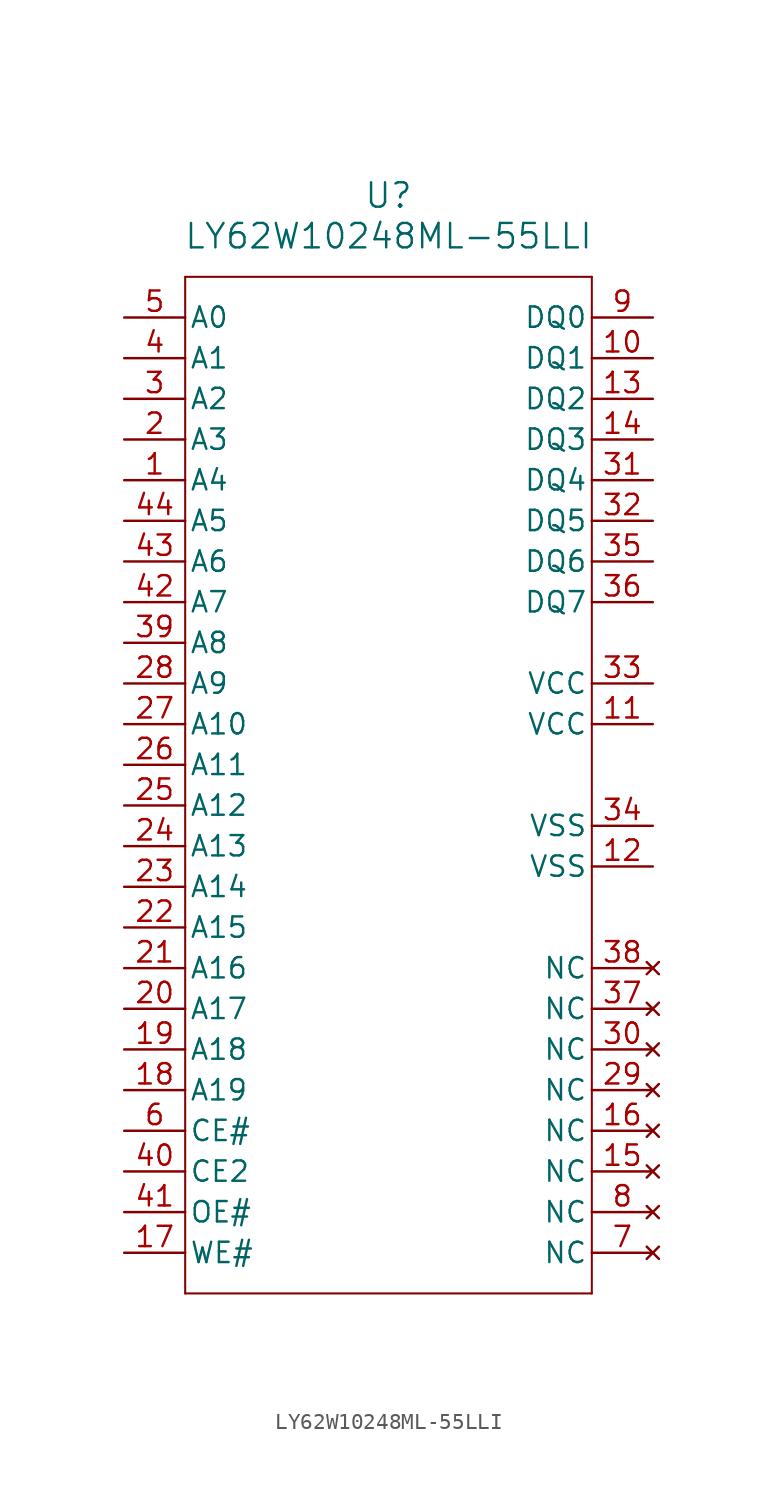
<source format=kicad_sym>
(kicad_symbol_lib
  (version 20220914)
  (generator kicad_symbol_editor)
  (symbol "LY62W10248ML-55LLI"
    (pin_names
      (offset 0.254))
    (property "Reference" "U"
      (at 20.32 12.7 0)
      (effects (font (size 1.524 1.524))))
    (property "Value" "LY62W10248ML-55LLI"
      (at 20.32 10.16 0)
      (effects (font (size 1.524 1.524))))
    (property "ki_locked" ""
      (at 0 0 0)
      (effects (font (size 1.27 1.27))))
    (symbol "LY62W10248ML-55LLI_1_1"
      (polyline (pts (xy 7.62 -55.88) (xy 33.02 -55.88)) (stroke (width 0.127) (type default)) (fill (type none)))
      (polyline (pts (xy 7.62 7.62) (xy 7.62 -55.88)) (stroke (width 0.127) (type default)) (fill (type none)))
      (polyline (pts (xy 33.02 -55.88) (xy 33.02 7.62)) (stroke (width 0.127) (type default)) (fill (type none)))
      (polyline (pts (xy 33.02 7.62) (xy 7.62 7.62)) (stroke (width 0.127) (type default)) (fill (type none)))
      (pin input line (at 3.81 -5.08 0) (length 3.81) (name "A4" (effects (font (size 1.27 1.27)))) (number "1" (effects (font (size 1.27 1.27)))))
      (pin bidirectional line (at 36.83 2.54 180) (length 3.81) (name "DQ1" (effects (font (size 1.27 1.27)))) (number "10" (effects (font (size 1.27 1.27)))))
      (pin power_in line (at 36.83 -20.32 180) (length 3.81) (name "VCC" (effects (font (size 1.27 1.27)))) (number "11" (effects (font (size 1.27 1.27)))))
      (pin power_in line (at 36.83 -29.21 180) (length 3.81) (name "VSS" (effects (font (size 1.27 1.27)))) (number "12" (effects (font (size 1.27 1.27)))))
      (pin bidirectional line (at 36.83 0 180) (length 3.81) (name "DQ2" (effects (font (size 1.27 1.27)))) (number "13" (effects (font (size 1.27 1.27)))))
      (pin bidirectional line (at 36.83 -2.54 180) (length 3.81) (name "DQ3" (effects (font (size 1.27 1.27)))) (number "14" (effects (font (size 1.27 1.27)))))
      (pin no_connect line (at 36.83 -48.26 180) (length 3.81) (name "NC" (effects (font (size 1.27 1.27)))) (number "15" (effects (font (size 1.27 1.27)))))
      (pin no_connect line (at 36.83 -45.72 180) (length 3.81) (name "NC" (effects (font (size 1.27 1.27)))) (number "16" (effects (font (size 1.27 1.27)))))
      (pin input line (at 3.81 -53.34 0) (length 3.81) (name "WE#" (effects (font (size 1.27 1.27)))) (number "17" (effects (font (size 1.27 1.27)))))
      (pin input line (at 3.81 -43.18 0) (length 3.81) (name "A19" (effects (font (size 1.27 1.27)))) (number "18" (effects (font (size 1.27 1.27)))))
      (pin input line (at 3.81 -40.64 0) (length 3.81) (name "A18" (effects (font (size 1.27 1.27)))) (number "19" (effects (font (size 1.27 1.27)))))
      (pin input line (at 3.81 -2.54 0) (length 3.81) (name "A3" (effects (font (size 1.27 1.27)))) (number "2" (effects (font (size 1.27 1.27)))))
      (pin input line (at 3.81 -38.1 0) (length 3.81) (name "A17" (effects (font (size 1.27 1.27)))) (number "20" (effects (font (size 1.27 1.27)))))
      (pin input line (at 3.81 -35.56 0) (length 3.81) (name "A16" (effects (font (size 1.27 1.27)))) (number "21" (effects (font (size 1.27 1.27)))))
      (pin input line (at 3.81 -33.02 0) (length 3.81) (name "A15" (effects (font (size 1.27 1.27)))) (number "22" (effects (font (size 1.27 1.27)))))
      (pin input line (at 3.81 -30.48 0) (length 3.81) (name "A14" (effects (font (size 1.27 1.27)))) (number "23" (effects (font (size 1.27 1.27)))))
      (pin input line (at 3.81 -27.94 0) (length 3.81) (name "A13" (effects (font (size 1.27 1.27)))) (number "24" (effects (font (size 1.27 1.27)))))
      (pin input line (at 3.81 -25.4 0) (length 3.81) (name "A12" (effects (font (size 1.27 1.27)))) (number "25" (effects (font (size 1.27 1.27)))))
      (pin input line (at 3.81 -22.86 0) (length 3.81) (name "A11" (effects (font (size 1.27 1.27)))) (number "26" (effects (font (size 1.27 1.27)))))
      (pin input line (at 3.81 -20.32 0) (length 3.81) (name "A10" (effects (font (size 1.27 1.27)))) (number "27" (effects (font (size 1.27 1.27)))))
      (pin input line (at 3.81 -17.78 0) (length 3.81) (name "A9" (effects (font (size 1.27 1.27)))) (number "28" (effects (font (size 1.27 1.27)))))
      (pin no_connect line (at 36.83 -43.18 180) (length 3.81) (name "NC" (effects (font (size 1.27 1.27)))) (number "29" (effects (font (size 1.27 1.27)))))
      (pin input line (at 3.81 0 0) (length 3.81) (name "A2" (effects (font (size 1.27 1.27)))) (number "3" (effects (font (size 1.27 1.27)))))
      (pin no_connect line (at 36.83 -40.64 180) (length 3.81) (name "NC" (effects (font (size 1.27 1.27)))) (number "30" (effects (font (size 1.27 1.27)))))
      (pin bidirectional line (at 36.83 -5.08 180) (length 3.81) (name "DQ4" (effects (font (size 1.27 1.27)))) (number "31" (effects (font (size 1.27 1.27)))))
      (pin bidirectional line (at 36.83 -7.62 180) (length 3.81) (name "DQ5" (effects (font (size 1.27 1.27)))) (number "32" (effects (font (size 1.27 1.27)))))
      (pin power_in line (at 36.83 -17.78 180) (length 3.81) (name "VCC" (effects (font (size 1.27 1.27)))) (number "33" (effects (font (size 1.27 1.27)))))
      (pin power_in line (at 36.83 -26.67 180) (length 3.81) (name "VSS" (effects (font (size 1.27 1.27)))) (number "34" (effects (font (size 1.27 1.27)))))
      (pin bidirectional line (at 36.83 -10.16 180) (length 3.81) (name "DQ6" (effects (font (size 1.27 1.27)))) (number "35" (effects (font (size 1.27 1.27)))))
      (pin bidirectional line (at 36.83 -12.7 180) (length 3.81) (name "DQ7" (effects (font (size 1.27 1.27)))) (number "36" (effects (font (size 1.27 1.27)))))
      (pin no_connect line (at 36.83 -38.1 180) (length 3.81) (name "NC" (effects (font (size 1.27 1.27)))) (number "37" (effects (font (size 1.27 1.27)))))
      (pin no_connect line (at 36.83 -35.56 180) (length 3.81) (name "NC" (effects (font (size 1.27 1.27)))) (number "38" (effects (font (size 1.27 1.27)))))
      (pin input line (at 3.81 -15.24 0) (length 3.81) (name "A8" (effects (font (size 1.27 1.27)))) (number "39" (effects (font (size 1.27 1.27)))))
      (pin input line (at 3.81 2.54 0) (length 3.81) (name "A1" (effects (font (size 1.27 1.27)))) (number "4" (effects (font (size 1.27 1.27)))))
      (pin input line (at 3.81 -48.26 0) (length 3.81) (name "CE2" (effects (font (size 1.27 1.27)))) (number "40" (effects (font (size 1.27 1.27)))))
      (pin input line (at 3.81 -50.8 0) (length 3.81) (name "OE#" (effects (font (size 1.27 1.27)))) (number "41" (effects (font (size 1.27 1.27)))))
      (pin input line (at 3.81 -12.7 0) (length 3.81) (name "A7" (effects (font (size 1.27 1.27)))) (number "42" (effects (font (size 1.27 1.27)))))
      (pin input line (at 3.81 -10.16 0) (length 3.81) (name "A6" (effects (font (size 1.27 1.27)))) (number "43" (effects (font (size 1.27 1.27)))))
      (pin input line (at 3.81 -7.62 0) (length 3.81) (name "A5" (effects (font (size 1.27 1.27)))) (number "44" (effects (font (size 1.27 1.27)))))
      (pin input line (at 3.81 5.08 0) (length 3.81) (name "A0" (effects (font (size 1.27 1.27)))) (number "5" (effects (font (size 1.27 1.27)))))
      (pin input line (at 3.81 -45.72 0) (length 3.81) (name "CE#" (effects (font (size 1.27 1.27)))) (number "6" (effects (font (size 1.27 1.27)))))
      (pin no_connect line (at 36.83 -53.34 180) (length 3.81) (name "NC" (effects (font (size 1.27 1.27)))) (number "7" (effects (font (size 1.27 1.27)))))
      (pin no_connect line (at 36.83 -50.8 180) (length 3.81) (name "NC" (effects (font (size 1.27 1.27)))) (number "8" (effects (font (size 1.27 1.27)))))
      (pin bidirectional line (at 36.83 5.08 180) (length 3.81) (name "DQ0" (effects (font (size 1.27 1.27)))) (number "9" (effects (font (size 1.27 1.27))))))))
</source>
